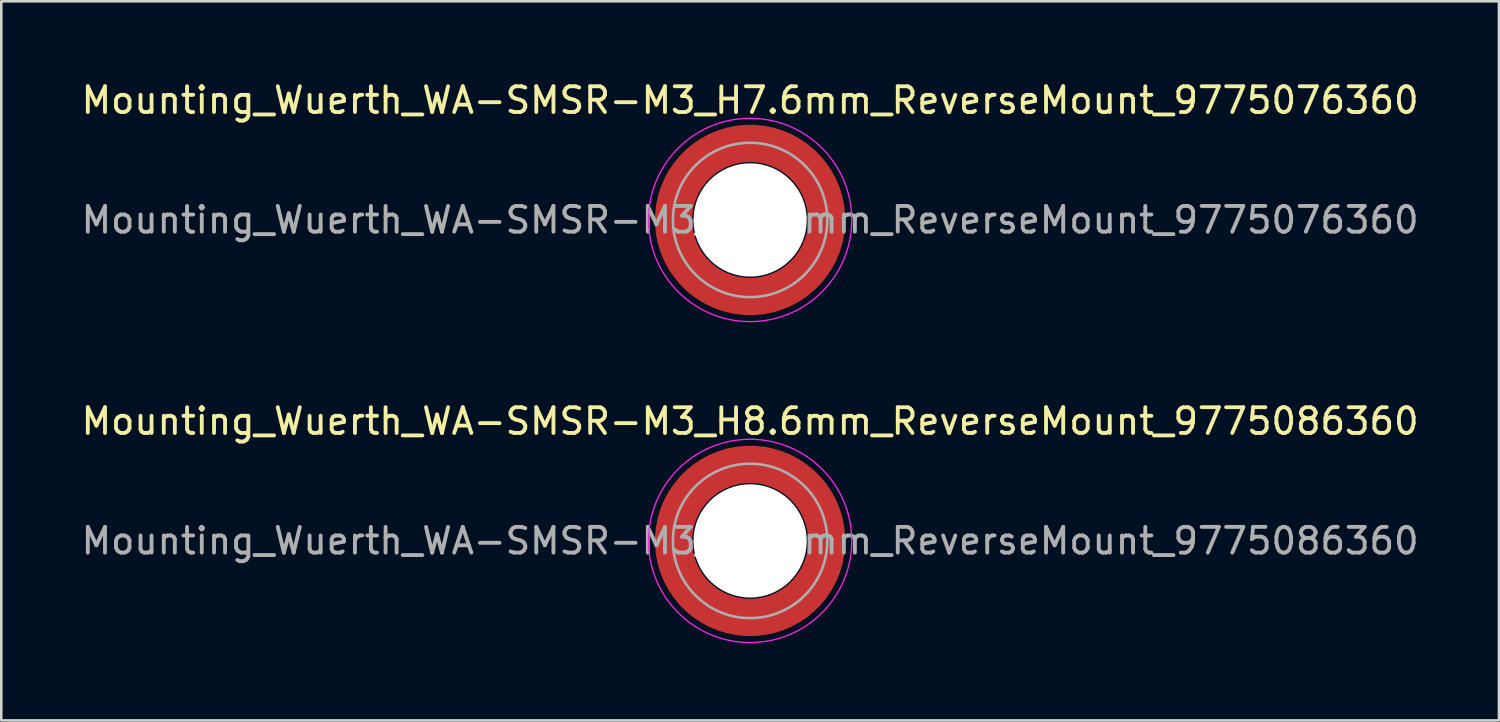
<source format=kicad_pcb>
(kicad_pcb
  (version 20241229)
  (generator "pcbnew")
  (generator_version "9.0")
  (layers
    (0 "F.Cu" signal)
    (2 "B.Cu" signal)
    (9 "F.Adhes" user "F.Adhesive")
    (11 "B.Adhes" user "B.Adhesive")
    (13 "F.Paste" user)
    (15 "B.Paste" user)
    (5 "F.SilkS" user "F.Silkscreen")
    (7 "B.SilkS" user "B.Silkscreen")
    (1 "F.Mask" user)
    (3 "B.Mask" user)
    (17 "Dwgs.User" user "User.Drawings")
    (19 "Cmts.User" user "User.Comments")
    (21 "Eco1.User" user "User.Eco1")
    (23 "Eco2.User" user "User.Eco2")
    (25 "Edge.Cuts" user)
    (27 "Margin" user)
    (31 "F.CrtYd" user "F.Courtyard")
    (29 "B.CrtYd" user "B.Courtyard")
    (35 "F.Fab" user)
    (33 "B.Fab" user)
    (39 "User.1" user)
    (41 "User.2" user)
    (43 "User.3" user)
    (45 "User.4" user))
  (footprint "Mounting_Wuerth_WA-SMSR-M3_H7.6mm_ReverseMount_9775076360"
    (layer "F.Cu")
    (at 26.101 5.498)
    (property "Reference" "Mounting_Wuerth_WA-SMSR-M3_H7.6mm_ReverseMount_9775076360" (at 0 -4.65 0) (layer "F.SilkS") (effects (font (size 1 1) (thickness 0.15))))
    (attr smd)
    (fp_circle (center 0 0) (end 3.95 0) (stroke (width 0.05) (type solid)) (fill no) (layer "F.CrtYd"))
    (fp_circle (center 0 0) (end 3 0) (stroke (width 0.1) (type solid)) (fill no) (layer "F.Fab"))
    (fp_text user "${REFERENCE}" (at 0 0 0) (layer "F.Fab") (effects (font (size 1 1) (thickness 0.15))))
    (pad "" smd custom (at -2.095 -2.095) (size 0.945 0.945) (layers "F.Paste") (options (anchor circle)) (primitives (gr_arc (start -0.24231 1.594804) (mid 0.404104 0.405534) (end 1.592827 -0.241886) (width 0.2)) (gr_arc (start -0.3398 1.594804) (mid 0.335987 0.338711) (end 1.591031 -0.339022) (width 0.2)) (gr_arc (start -0.437132 1.594804) (mid 0.268952 0.270807) (end 1.592231 -0.436623) (width 0.2)) (gr_arc (start -0.534324 1.594804) (mid 0.201345 0.203474) (end 1.591846 -0.53376) (width 0.2)) (gr_arc (start -0.631391 1.594804) (mid 0.134696 0.135183) (end 1.594126 -0.631267) (width 0.2)) (gr_arc (start -0.728345 1.594804) (mid 0.067234 0.067705) (end 1.594149 -0.728229) (width 0.2)) (gr_arc (start -0.825197 1.594804) (mid -0.001218 0.001219) (end 1.591408 -0.824614) (width 0.2)) (gr_arc (start -0.921958 1.594804) (mid -0.068952 -0.065985) (end 1.590665 -0.921269) (width 0.2)) (gr_arc (start -1.018637 1.594804) (mid -0.135972 -0.133907) (end 1.59192 -1.018172) (width 0.2)) (gr_arc (start -1.115239 1.594804) (mid -0.20428 -0.200537) (end 1.589574 -1.11442) (width 0.2)) (gr_arc (start -1.211773 1.594804) (mid -0.26993 -0.269828) (end 1.594662 -1.211751) (width 0.2)) (gr_arc (start -1.308244 1.594804) (mid -0.33911 -0.335587) (end 1.589875 -1.307516) (width 0.2)) (gr_arc (start -1.404657 1.594804) (mid -0.405633 -0.404004) (end 1.592524 -1.404331) (width 0.2)) (gr_arc (start -1.404657 1.594804) (mid -0.405633 -0.404004) (end 1.592524 -1.404331) (width 0.2)) (gr_line (start 1.595 -0.242) (end 1.595 -1.405) (width 0.2)) (gr_line (start -0.242 1.595) (end -1.405 1.595) (width 0.2))))
    (pad "" smd custom (at -2.095 2.095) (size 0.945 0.945) (layers "F.Paste") (options (anchor circle)) (primitives (gr_arc (start 1.594804 0.24231) (mid 0.405534 -0.404104) (end -0.241886 -1.592827) (width 0.2)) (gr_arc (start 1.594804 0.3398) (mid 0.338711 -0.335987) (end -0.339022 -1.591031) (width 0.2)) (gr_arc (start 1.594804 0.437132) (mid 0.270807 -0.268952) (end -0.436623 -1.592231) (width 0.2)) (gr_arc (start 1.594804 0.534324) (mid 0.203474 -0.201345) (end -0.53376 -1.591846) (width 0.2)) (gr_arc (start 1.594804 0.631391) (mid 0.135183 -0.134696) (end -0.631267 -1.594126) (width 0.2)) (gr_arc (start 1.594804 0.728345) (mid 0.067705 -0.067234) (end -0.728229 -1.594149) (width 0.2)) (gr_arc (start 1.594804 0.825197) (mid 0.001219 0.001218) (end -0.824614 -1.591408) (width 0.2)) (gr_arc (start 1.594804 0.921958) (mid -0.065985 0.068952) (end -0.921269 -1.590665) (width 0.2)) (gr_arc (start 1.594804 1.018637) (mid -0.133907 0.135972) (end -1.018172 -1.59192) (width 0.2)) (gr_arc (start 1.594804 1.115239) (mid -0.200537 0.20428) (end -1.11442 -1.589574) (width 0.2)) (gr_arc (start 1.594804 1.211773) (mid -0.269828 0.26993) (end -1.211751 -1.594662) (width 0.2)) (gr_arc (start 1.594804 1.308244) (mid -0.335587 0.33911) (end -1.307516 -1.589875) (width 0.2)) (gr_arc (start 1.594804 1.404657) (mid -0.404004 0.405633) (end -1.404331 -1.592524) (width 0.2)) (gr_arc (start 1.594804 1.404657) (mid -0.404004 0.405633) (end -1.404331 -1.592524) (width 0.2)) (gr_line (start -0.242 -1.595) (end -1.405 -1.595) (width 0.2)) (gr_line (start 1.595 0.242) (end 1.595 1.405) (width 0.2))))
    (pad "" np_thru_hole circle (at 0 0) (size 4.4 4.4) (drill 4.4) (layers "*.Cu" "*.Mask"))
    (pad "" smd custom (at 2.095 -2.095) (size 0.945 0.945) (layers "F.Paste") (options (anchor circle)) (primitives (gr_arc (start -1.594804 -0.24231) (mid -0.405534 0.404104) (end 0.241886 1.592827) (width 0.2)) (gr_arc (start -1.594804 -0.3398) (mid -0.338711 0.335987) (end 0.339022 1.591031) (width 0.2)) (gr_arc (start -1.594804 -0.437132) (mid -0.270807 0.268952) (end 0.436623 1.592231) (width 0.2)) (gr_arc (start -1.594804 -0.534324) (mid -0.203474 0.201345) (end 0.53376 1.591846) (width 0.2)) (gr_arc (start -1.594804 -0.631391) (mid -0.135183 0.134696) (end 0.631267 1.594126) (width 0.2)) (gr_arc (start -1.594804 -0.728345) (mid -0.067705 0.067234) (end 0.728229 1.594149) (width 0.2)) (gr_arc (start -1.594804 -0.825197) (mid -0.001219 -0.001218) (end 0.824614 1.591408) (width 0.2)) (gr_arc (start -1.594804 -0.921958) (mid 0.065985 -0.068952) (end 0.921269 1.590665) (width 0.2)) (gr_arc (start -1.594804 -1.018637) (mid 0.133907 -0.135972) (end 1.018172 1.59192) (width 0.2)) (gr_arc (start -1.594804 -1.115239) (mid 0.200537 -0.20428) (end 1.11442 1.589574) (width 0.2)) (gr_arc (start -1.594804 -1.211773) (mid 0.269828 -0.26993) (end 1.211751 1.594662) (width 0.2)) (gr_arc (start -1.594804 -1.308244) (mid 0.335587 -0.33911) (end 1.307516 1.589875) (width 0.2)) (gr_arc (start -1.594804 -1.404657) (mid 0.404004 -0.405633) (end 1.404331 1.592524) (width 0.2)) (gr_arc (start -1.594804 -1.404657) (mid 0.404004 -0.405633) (end 1.404331 1.592524) (width 0.2)) (gr_line (start 0.242 1.595) (end 1.405 1.595) (width 0.2)) (gr_line (start -1.595 -0.242) (end -1.595 -1.405) (width 0.2))))
    (pad "" smd custom (at 2.095 2.095) (size 0.945 0.945) (layers "F.Paste") (options (anchor circle)) (primitives (gr_arc (start 0.24231 -1.594804) (mid -0.404104 -0.405534) (end -1.592827 0.241886) (width 0.2)) (gr_arc (start 0.3398 -1.594804) (mid -0.335987 -0.338711) (end -1.591031 0.339022) (width 0.2)) (gr_arc (start 0.437132 -1.594804) (mid -0.268952 -0.270807) (end -1.592231 0.436623) (width 0.2)) (gr_arc (start 0.534324 -1.594804) (mid -0.201345 -0.203474) (end -1.591846 0.53376) (width 0.2)) (gr_arc (start 0.631391 -1.594804) (mid -0.134696 -0.135183) (end -1.594126 0.631267) (width 0.2)) (gr_arc (start 0.728345 -1.594804) (mid -0.067234 -0.067705) (end -1.594149 0.728229) (width 0.2)) (gr_arc (start 0.825197 -1.594804) (mid 0.001218 -0.001219) (end -1.591408 0.824614) (width 0.2)) (gr_arc (start 0.921958 -1.594804) (mid 0.068952 0.065985) (end -1.590665 0.921269) (width 0.2)) (gr_arc (start 1.018637 -1.594804) (mid 0.135972 0.133907) (end -1.59192 1.018172) (width 0.2)) (gr_arc (start 1.115239 -1.594804) (mid 0.20428 0.200537) (end -1.589574 1.11442) (width 0.2)) (gr_arc (start 1.211773 -1.594804) (mid 0.26993 0.269828) (end -1.594662 1.211751) (width 0.2)) (gr_arc (start 1.308244 -1.594804) (mid 0.33911 0.335587) (end -1.589875 1.307516) (width 0.2)) (gr_arc (start 1.404657 -1.594804) (mid 0.405633 0.404004) (end -1.592524 1.404331) (width 0.2)) (gr_arc (start 1.404657 -1.594804) (mid 0.405633 0.404004) (end -1.592524 1.404331) (width 0.2)) (gr_line (start -1.595 0.242) (end -1.595 1.405) (width 0.2)) (gr_line (start 0.242 -1.595) (end 1.405 -1.595) (width 0.2))))
    (pad "1" smd circle (at -2.975 0) (size 1.05 1.05) (layers "F.Cu"))
    (pad "1" smd circle (at 0 -2.975) (size 1.05 1.05) (layers "F.Cu"))
    (pad "1" smd circle (at 0 2.975) (size 1.05 1.05) (layers "F.Cu"))
    (pad "1" smd custom (at 2.975 0) (size 1.05 1.05) (layers "F.Cu" "F.Mask") (options (anchor circle)) (primitives (gr_circle (center -2.975 0) (end 0 0) (width 1.45) (fill no)))))
  (footprint "Mounting_Wuerth_WA-SMSR-M3_H8.6mm_ReverseMount_9775086360"
    (layer "F.Cu")
    (at 26.101 17.971)
    (property "Reference" "Mounting_Wuerth_WA-SMSR-M3_H8.6mm_ReverseMount_9775086360" (at 0 -4.65 0) (layer "F.SilkS") (effects (font (size 1 1) (thickness 0.15))))
    (attr smd)
    (fp_circle (center 0 0) (end 3.95 0) (stroke (width 0.05) (type solid)) (fill no) (layer "F.CrtYd"))
    (fp_circle (center 0 0) (end 3 0) (stroke (width 0.1) (type solid)) (fill no) (layer "F.Fab"))
    (fp_text user "${REFERENCE}" (at 0 0 0) (layer "F.Fab") (effects (font (size 1 1) (thickness 0.15))))
    (pad "" smd custom (at -2.095 -2.095) (size 0.945 0.945) (layers "F.Paste") (options (anchor circle)) (primitives (gr_arc (start -0.24231 1.594804) (mid 0.404104 0.405534) (end 1.592827 -0.241886) (width 0.2)) (gr_arc (start -0.3398 1.594804) (mid 0.335987 0.338711) (end 1.591031 -0.339022) (width 0.2)) (gr_arc (start -0.437132 1.594804) (mid 0.268952 0.270807) (end 1.592231 -0.436623) (width 0.2)) (gr_arc (start -0.534324 1.594804) (mid 0.201345 0.203474) (end 1.591846 -0.53376) (width 0.2)) (gr_arc (start -0.631391 1.594804) (mid 0.134696 0.135183) (end 1.594126 -0.631267) (width 0.2)) (gr_arc (start -0.728345 1.594804) (mid 0.067234 0.067705) (end 1.594149 -0.728229) (width 0.2)) (gr_arc (start -0.825197 1.594804) (mid -0.001218 0.001219) (end 1.591408 -0.824614) (width 0.2)) (gr_arc (start -0.921958 1.594804) (mid -0.068952 -0.065985) (end 1.590665 -0.921269) (width 0.2)) (gr_arc (start -1.018637 1.594804) (mid -0.135972 -0.133907) (end 1.59192 -1.018172) (width 0.2)) (gr_arc (start -1.115239 1.594804) (mid -0.20428 -0.200537) (end 1.589574 -1.11442) (width 0.2)) (gr_arc (start -1.211773 1.594804) (mid -0.26993 -0.269828) (end 1.594662 -1.211751) (width 0.2)) (gr_arc (start -1.308244 1.594804) (mid -0.33911 -0.335587) (end 1.589875 -1.307516) (width 0.2)) (gr_arc (start -1.404657 1.594804) (mid -0.405633 -0.404004) (end 1.592524 -1.404331) (width 0.2)) (gr_arc (start -1.404657 1.594804) (mid -0.405633 -0.404004) (end 1.592524 -1.404331) (width 0.2)) (gr_line (start 1.595 -0.242) (end 1.595 -1.405) (width 0.2)) (gr_line (start -0.242 1.595) (end -1.405 1.595) (width 0.2))))
    (pad "" smd custom (at -2.095 2.095) (size 0.945 0.945) (layers "F.Paste") (options (anchor circle)) (primitives (gr_arc (start 1.594804 0.24231) (mid 0.405534 -0.404104) (end -0.241886 -1.592827) (width 0.2)) (gr_arc (start 1.594804 0.3398) (mid 0.338711 -0.335987) (end -0.339022 -1.591031) (width 0.2)) (gr_arc (start 1.594804 0.437132) (mid 0.270807 -0.268952) (end -0.436623 -1.592231) (width 0.2)) (gr_arc (start 1.594804 0.534324) (mid 0.203474 -0.201345) (end -0.53376 -1.591846) (width 0.2)) (gr_arc (start 1.594804 0.631391) (mid 0.135183 -0.134696) (end -0.631267 -1.594126) (width 0.2)) (gr_arc (start 1.594804 0.728345) (mid 0.067705 -0.067234) (end -0.728229 -1.594149) (width 0.2)) (gr_arc (start 1.594804 0.825197) (mid 0.001219 0.001218) (end -0.824614 -1.591408) (width 0.2)) (gr_arc (start 1.594804 0.921958) (mid -0.065985 0.068952) (end -0.921269 -1.590665) (width 0.2)) (gr_arc (start 1.594804 1.018637) (mid -0.133907 0.135972) (end -1.018172 -1.59192) (width 0.2)) (gr_arc (start 1.594804 1.115239) (mid -0.200537 0.20428) (end -1.11442 -1.589574) (width 0.2)) (gr_arc (start 1.594804 1.211773) (mid -0.269828 0.26993) (end -1.211751 -1.594662) (width 0.2)) (gr_arc (start 1.594804 1.308244) (mid -0.335587 0.33911) (end -1.307516 -1.589875) (width 0.2)) (gr_arc (start 1.594804 1.404657) (mid -0.404004 0.405633) (end -1.404331 -1.592524) (width 0.2)) (gr_arc (start 1.594804 1.404657) (mid -0.404004 0.405633) (end -1.404331 -1.592524) (width 0.2)) (gr_line (start -0.242 -1.595) (end -1.405 -1.595) (width 0.2)) (gr_line (start 1.595 0.242) (end 1.595 1.405) (width 0.2))))
    (pad "" np_thru_hole circle (at 0 0) (size 4.4 4.4) (drill 4.4) (layers "*.Cu" "*.Mask"))
    (pad "" smd custom (at 2.095 -2.095) (size 0.945 0.945) (layers "F.Paste") (options (anchor circle)) (primitives (gr_arc (start -1.594804 -0.24231) (mid -0.405534 0.404104) (end 0.241886 1.592827) (width 0.2)) (gr_arc (start -1.594804 -0.3398) (mid -0.338711 0.335987) (end 0.339022 1.591031) (width 0.2)) (gr_arc (start -1.594804 -0.437132) (mid -0.270807 0.268952) (end 0.436623 1.592231) (width 0.2)) (gr_arc (start -1.594804 -0.534324) (mid -0.203474 0.201345) (end 0.53376 1.591846) (width 0.2)) (gr_arc (start -1.594804 -0.631391) (mid -0.135183 0.134696) (end 0.631267 1.594126) (width 0.2)) (gr_arc (start -1.594804 -0.728345) (mid -0.067705 0.067234) (end 0.728229 1.594149) (width 0.2)) (gr_arc (start -1.594804 -0.825197) (mid -0.001219 -0.001218) (end 0.824614 1.591408) (width 0.2)) (gr_arc (start -1.594804 -0.921958) (mid 0.065985 -0.068952) (end 0.921269 1.590665) (width 0.2)) (gr_arc (start -1.594804 -1.018637) (mid 0.133907 -0.135972) (end 1.018172 1.59192) (width 0.2)) (gr_arc (start -1.594804 -1.115239) (mid 0.200537 -0.20428) (end 1.11442 1.589574) (width 0.2)) (gr_arc (start -1.594804 -1.211773) (mid 0.269828 -0.26993) (end 1.211751 1.594662) (width 0.2)) (gr_arc (start -1.594804 -1.308244) (mid 0.335587 -0.33911) (end 1.307516 1.589875) (width 0.2)) (gr_arc (start -1.594804 -1.404657) (mid 0.404004 -0.405633) (end 1.404331 1.592524) (width 0.2)) (gr_arc (start -1.594804 -1.404657) (mid 0.404004 -0.405633) (end 1.404331 1.592524) (width 0.2)) (gr_line (start 0.242 1.595) (end 1.405 1.595) (width 0.2)) (gr_line (start -1.595 -0.242) (end -1.595 -1.405) (width 0.2))))
    (pad "" smd custom (at 2.095 2.095) (size 0.945 0.945) (layers "F.Paste") (options (anchor circle)) (primitives (gr_arc (start 0.24231 -1.594804) (mid -0.404104 -0.405534) (end -1.592827 0.241886) (width 0.2)) (gr_arc (start 0.3398 -1.594804) (mid -0.335987 -0.338711) (end -1.591031 0.339022) (width 0.2)) (gr_arc (start 0.437132 -1.594804) (mid -0.268952 -0.270807) (end -1.592231 0.436623) (width 0.2)) (gr_arc (start 0.534324 -1.594804) (mid -0.201345 -0.203474) (end -1.591846 0.53376) (width 0.2)) (gr_arc (start 0.631391 -1.594804) (mid -0.134696 -0.135183) (end -1.594126 0.631267) (width 0.2)) (gr_arc (start 0.728345 -1.594804) (mid -0.067234 -0.067705) (end -1.594149 0.728229) (width 0.2)) (gr_arc (start 0.825197 -1.594804) (mid 0.001218 -0.001219) (end -1.591408 0.824614) (width 0.2)) (gr_arc (start 0.921958 -1.594804) (mid 0.068952 0.065985) (end -1.590665 0.921269) (width 0.2)) (gr_arc (start 1.018637 -1.594804) (mid 0.135972 0.133907) (end -1.59192 1.018172) (width 0.2)) (gr_arc (start 1.115239 -1.594804) (mid 0.20428 0.200537) (end -1.589574 1.11442) (width 0.2)) (gr_arc (start 1.211773 -1.594804) (mid 0.26993 0.269828) (end -1.594662 1.211751) (width 0.2)) (gr_arc (start 1.308244 -1.594804) (mid 0.33911 0.335587) (end -1.589875 1.307516) (width 0.2)) (gr_arc (start 1.404657 -1.594804) (mid 0.405633 0.404004) (end -1.592524 1.404331) (width 0.2)) (gr_arc (start 1.404657 -1.594804) (mid 0.405633 0.404004) (end -1.592524 1.404331) (width 0.2)) (gr_line (start -1.595 0.242) (end -1.595 1.405) (width 0.2)) (gr_line (start 0.242 -1.595) (end 1.405 -1.595) (width 0.2))))
    (pad "1" smd circle (at -2.975 0) (size 1.05 1.05) (layers "F.Cu"))
    (pad "1" smd circle (at 0 -2.975) (size 1.05 1.05) (layers "F.Cu"))
    (pad "1" smd circle (at 0 2.975) (size 1.05 1.05) (layers "F.Cu"))
    (pad "1" smd custom (at 2.975 0) (size 1.05 1.05) (layers "F.Cu" "F.Mask") (options (anchor circle)) (primitives (gr_circle (center -2.975 0) (end 0 0) (width 1.45) (fill no)))))
  (gr_rect
    (start -3 -3)
    (end 55.202 24.947)
    (stroke (width 0.1) (type default))
    (fill no)
    (layer "Edge.Cuts")))
</source>
